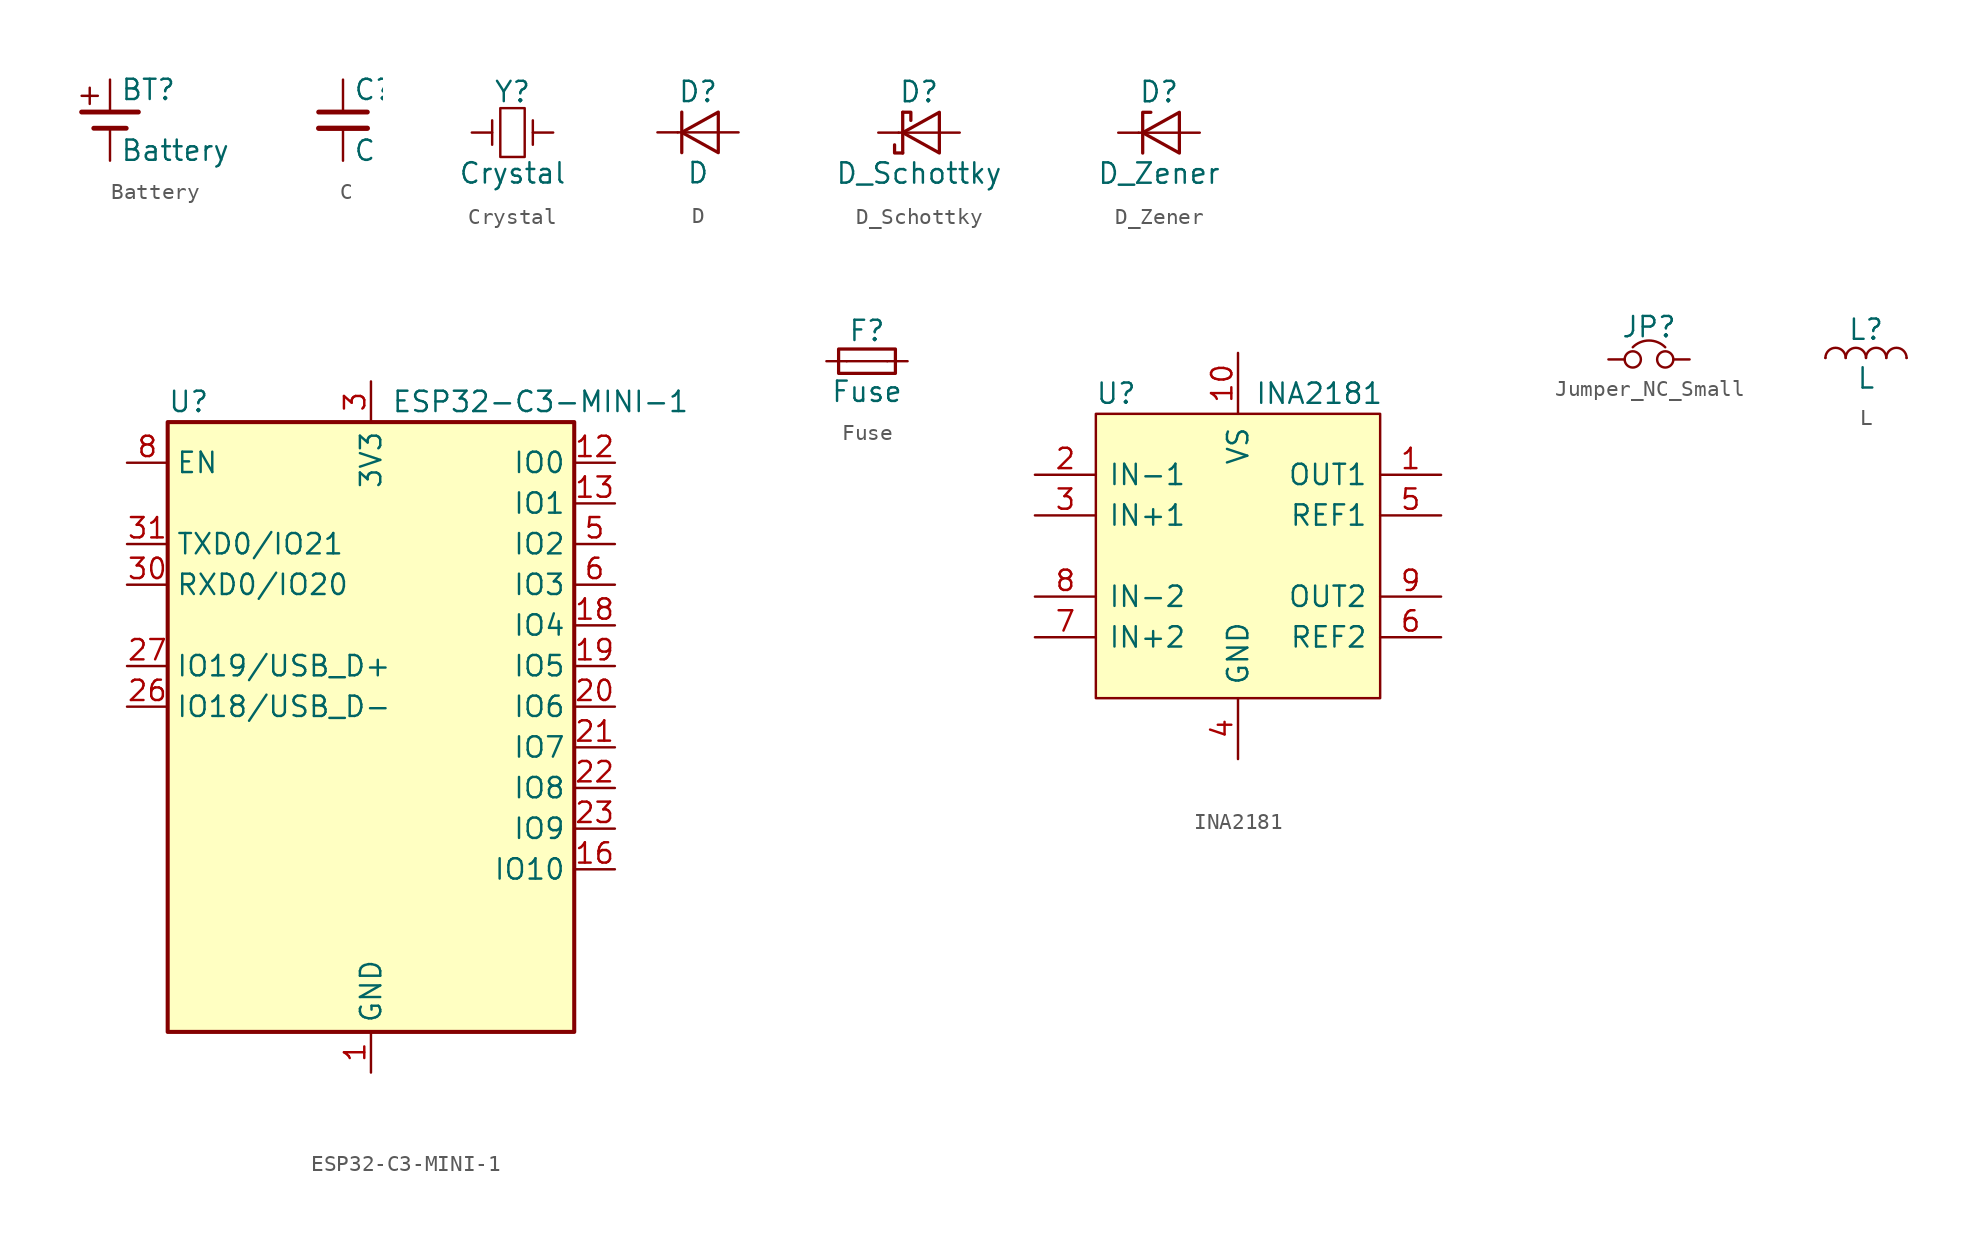
<source format=kicad_sym>
(kicad_symbol_lib
  (version 20220914)
  (generator kicad_symbol_editor)
  (symbol "Battery"
    (pin_numbers hide)
    (pin_names
      (offset 0.254) hide)
    (property "Reference" "BT"
      (at 0.635 1.905 0)
      (effects (font (size 1.27 1.27)) (justify left)))
    (property "Value" "Battery"
      (at 0.635 -1.905 0)
      (effects (font (size 1.27 1.27)) (justify left)))
    (property "Footprint" ""
      (at 0 0 0)
      (effects (font (size 1.27 1.27))))
    (property "Datasheet" ""
      (at 0 0 0)
      (effects (font (size 1.27 1.27))))
    (symbol "Battery_0_0"
      (polyline (pts (xy -1.778 0.508) (xy 1.778 0.508)) (stroke (width 0.305) (type default)) (fill (type none)))
      (polyline (pts (xy -1.016 -0.508) (xy 1.016 -0.508)) (stroke (width 0.305) (type default)) (fill (type none))))
    (symbol "Battery_0_1"
      (polyline (pts (xy -1.778 1.524) (xy -0.762 1.524)) (stroke (width 0) (type default)) (fill (type none)))
      (polyline (pts (xy -1.27 1.016) (xy -1.27 2.032)) (stroke (width 0) (type default)) (fill (type none))))
    (symbol "Battery_1_1"
      (pin passive line (at 0 2.54 270) (length 2.032) (name "~" (effects (font (size 1.016 1.016)))) (number "1" (effects (font (size 1.016 1.016)))))
      (pin passive line (at 0 -2.54 90) (length 2.032) (name "~" (effects (font (size 1.016 1.016)))) (number "2" (effects (font (size 1.016 1.016)))))))
  (symbol "C"
    (pin_numbers hide)
    (pin_names
      (offset 0.254) hide)
    (property "Reference" "C"
      (at 0.635 1.905 0)
      (effects (font (size 1.27 1.27)) (justify left)))
    (property "Value" "C"
      (at 0.635 -1.905 0)
      (effects (font (size 1.27 1.27)) (justify left)))
    (symbol "C_0_1"
      (polyline (pts (xy -1.524 -0.508) (xy 1.524 -0.508)) (stroke (width 0.33) (type default)) (fill (type none)))
      (polyline (pts (xy -1.524 0.508) (xy 0 0.508) (xy 1.524 0.508)) (stroke (width 0.305) (type default)) (fill (type none))))
    (symbol "C_1_1"
      (pin passive line (at 0 2.54 270) (length 1.905) (name "~" (effects (font (size 1.016 1.016)))) (number "1" (effects (font (size 1.016 1.016)))))
      (pin passive line (at 0 -2.54 90) (length 2.032) (name "~" (effects (font (size 1.016 1.016)))) (number "2" (effects (font (size 1.016 1.016)))))))
  (symbol "Crystal"
    (pin_numbers hide)
    (pin_names
      (offset 1.016) hide)
    (property "Reference" "Y"
      (at 0 2.54 0)
      (effects (font (size 1.27 1.27))))
    (property "Value" "Crystal"
      (at 0 -2.54 0)
      (effects (font (size 1.27 1.27))))
    (property "Footprint" ""
      (at 0 0 0)
      (effects (font (size 1.27 1.27))))
    (property "Datasheet" ""
      (at 0 0 0)
      (effects (font (size 1.27 1.27))))
    (symbol "Crystal_0_1"
      (rectangle (start -0.762 -1.524) (end 0.762 1.524) (stroke (width 0) (type default)) (fill (type none)))
      (polyline (pts (xy -1.27 -0.762) (xy -1.27 0.762)) (stroke (width 0) (type default)) (fill (type none)))
      (polyline (pts (xy 1.27 -0.762) (xy 1.27 0.762)) (stroke (width 0) (type default)) (fill (type none))))
    (symbol "Crystal_1_1"
      (pin passive line (at -2.54 0 0) (length 1.27) (name "1" (effects (font (size 1.016 1.016)))) (number "1" (effects (font (size 1.016 1.016)))))
      (pin passive line (at 2.54 0 180) (length 1.27) (name "2" (effects (font (size 1.016 1.016)))) (number "2" (effects (font (size 1.016 1.016)))))))
  (symbol "D"
    (pin_numbers hide)
    (pin_names
      (offset 0.254) hide)
    (property "Reference" "D"
      (at 0 2.54 0)
      (effects (font (size 1.27 1.27))))
    (property "Value" "D"
      (at 0 -2.54 0)
      (effects (font (size 1.27 1.27))))
    (symbol "D_0_1"
      (polyline (pts (xy -1.27 0) (xy 1.27 0)) (stroke (width 0) (type default)) (fill (type none)))
      (polyline (pts (xy -1.016 -1.27) (xy -1.016 1.27)) (stroke (width 0.203) (type default)) (fill (type none)))
      (polyline (pts (xy 1.27 -1.27) (xy -1.016 0) (xy 1.27 1.27) (xy 1.27 -1.27)) (stroke (width 0.203) (type default)) (fill (type none))))
    (symbol "D_1_1"
      (pin passive line (at -2.54 0 0) (length 1.27) (name "K" (effects (font (size 1.27 1.27)))) (number "1" (effects (font (size 1.27 1.27)))))
      (pin passive line (at 2.54 0 180) (length 1.27) (name "A" (effects (font (size 1.27 1.27)))) (number "2" (effects (font (size 1.27 1.27)))))))
  (symbol "D_Schottky"
    (pin_numbers hide)
    (pin_names
      (offset 0.254) hide)
    (property "Reference" "D"
      (at 0 2.54 0)
      (effects (font (size 1.27 1.27))))
    (property "Value" "D_Schottky"
      (at 0 -2.54 0)
      (effects (font (size 1.27 1.27))))
    (symbol "D_Schottky_0_1"
      (polyline (pts (xy -1.016 -1.27) (xy -1.016 1.27)) (stroke (width 0.203) (type default)) (fill (type none)))
      (polyline (pts (xy 1.27 0) (xy -1.27 0)) (stroke (width 0) (type default)) (fill (type none)))
      (polyline (pts (xy -1.016 -1.27) (xy -1.524 -1.27) (xy -1.524 -0.762)) (stroke (width 0.203) (type default)) (fill (type none)))
      (polyline (pts (xy -1.016 1.27) (xy -0.508 1.27) (xy -0.508 0.762)) (stroke (width 0.203) (type default)) (fill (type none)))
      (polyline (pts (xy 1.27 -1.27) (xy -1.016 0) (xy 1.27 1.27) (xy 1.27 -1.27)) (stroke (width 0.203) (type default)) (fill (type none))))
    (symbol "D_Schottky_1_1"
      (pin passive line (at -2.54 0 0) (length 1.27) (name "K" (effects (font (size 1.27 1.27)))) (number "1" (effects (font (size 1.27 1.27)))))
      (pin passive line (at 2.54 0 180) (length 1.27) (name "A" (effects (font (size 1.27 1.27)))) (number "2" (effects (font (size 1.27 1.27)))))))
  (symbol "D_Zener"
    (pin_numbers hide)
    (pin_names
      (offset 1.016) hide)
    (property "Reference" "D"
      (at 0 2.54 0)
      (effects (font (size 1.27 1.27))))
    (property "Value" "D_Zener"
      (at 0 -2.54 0)
      (effects (font (size 1.27 1.27))))
    (symbol "D_Zener_0_1"
      (polyline (pts (xy 1.27 0) (xy -1.27 0)) (stroke (width 0) (type default)) (fill (type none)))
      (polyline (pts (xy -1.016 0) (xy 1.27 1.27) (xy 1.27 -1.27) (xy -1.016 0)) (stroke (width 0.203) (type default)) (fill (type none)))
      (polyline (pts (xy -0.508 1.27) (xy -1.016 1.27) (xy -1.016 0) (xy -1.016 -1.27)) (stroke (width 0.203) (type default)) (fill (type none))))
    (symbol "D_Zener_1_1"
      (pin passive line (at -2.54 0 0) (length 1.27) (name "K" (effects (font (size 1.27 1.27)))) (number "1" (effects (font (size 1.27 1.27)))))
      (pin passive line (at 2.54 0 180) (length 1.27) (name "A" (effects (font (size 1.27 1.27)))) (number "2" (effects (font (size 1.27 1.27)))))))
  (symbol "ESP32-C3-MINI-1"
    (property "Reference" "U"
      (at -12.7 21.59 0)
      (effects (font (size 1.27 1.27)) (justify left)))
    (property "Value" "ESP32-C3-MINI-1"
      (at 1.27 21.59 0)
      (effects (font (size 1.27 1.27)) (justify left)))
    (symbol "ESP32-C3-MINI-1_0_0"
      (pin bidirectional line (at 15.24 -7.62 180) (length 2.54) (name "IO10" (effects (font (size 1.27 1.27)))) (number "16" (effects (font (size 1.27 1.27)))))
      (pin power_in line (at -3.81 -20.32 90) (length 2.54) hide (name "GND" (effects (font (size 1.27 1.27)))) (number "2" (effects (font (size 1.27 1.27)))))
      (pin bidirectional line (at -15.24 10.16 0) (length 2.54) (name "RXD0/IO20" (effects (font (size 1.27 1.27)))) (number "30" (effects (font (size 1.27 1.27))))))
    (symbol "ESP32-C3-MINI-1_0_1"
      (rectangle (start -12.7 20.32) (end 12.7 -17.78) (stroke (width 0.254) (type default)) (fill (type background))))
    (symbol "ESP32-C3-MINI-1_1_0"
      (pin power_in line (at 2.54 -20.32 90) (length 2.54) hide (name "GND" (effects (font (size 1.27 1.27)))) (number "14" (effects (font (size 1.27 1.27))))))
    (symbol "ESP32-C3-MINI-1_1_1"
      (pin power_in line (at 0 -20.32 90) (length 2.54) (name "GND" (effects (font (size 1.27 1.27)))) (number "1" (effects (font (size 1.27 1.27)))))
      (pin no_connect line (at -15.24 -7.62 0) (length 2.54) hide (name "NC" (effects (font (size 1.27 1.27)))) (number "10" (effects (font (size 1.27 1.27)))))
      (pin power_in line (at 5.08 -20.32 90) (length 2.54) hide (name "GND" (effects (font (size 1.27 1.27)))) (number "11" (effects (font (size 1.27 1.27)))))
      (pin bidirectional line (at 15.24 17.78 180) (length 2.54) (name "IO0" (effects (font (size 1.27 1.27)))) (number "12" (effects (font (size 1.27 1.27)))))
      (pin bidirectional line (at 15.24 15.24 180) (length 2.54) (name "IO1" (effects (font (size 1.27 1.27)))) (number "13" (effects (font (size 1.27 1.27)))))
      (pin no_connect line (at -15.24 -7.62 0) (length 2.54) hide (name "NC" (effects (font (size 1.27 1.27)))) (number "15" (effects (font (size 1.27 1.27)))))
      (pin no_connect line (at -15.24 -7.62 0) (length 2.54) hide (name "NC" (effects (font (size 1.27 1.27)))) (number "17" (effects (font (size 1.27 1.27)))))
      (pin bidirectional line (at 15.24 7.62 180) (length 2.54) (name "IO4" (effects (font (size 1.27 1.27)))) (number "18" (effects (font (size 1.27 1.27)))))
      (pin bidirectional line (at 15.24 5.08 180) (length 2.54) (name "IO5" (effects (font (size 1.27 1.27)))) (number "19" (effects (font (size 1.27 1.27)))))
      (pin bidirectional line (at 15.24 2.54 180) (length 2.54) (name "IO6" (effects (font (size 1.27 1.27)))) (number "20" (effects (font (size 1.27 1.27)))))
      (pin bidirectional line (at 15.24 0 180) (length 2.54) (name "IO7" (effects (font (size 1.27 1.27)))) (number "21" (effects (font (size 1.27 1.27)))))
      (pin bidirectional line (at 15.24 -2.54 180) (length 2.54) (name "IO8" (effects (font (size 1.27 1.27)))) (number "22" (effects (font (size 1.27 1.27)))))
      (pin bidirectional line (at 15.24 -5.08 180) (length 2.54) (name "IO9" (effects (font (size 1.27 1.27)))) (number "23" (effects (font (size 1.27 1.27)))))
      (pin bidirectional line (at -15.24 2.54 0) (length 2.54) (name "IO18/USB_D-" (effects (font (size 1.27 1.27)))) (number "26" (effects (font (size 1.27 1.27)))))
      (pin bidirectional line (at -15.24 5.08 0) (length 2.54) (name "IO19/USB_D+" (effects (font (size 1.27 1.27)))) (number "27" (effects (font (size 1.27 1.27)))))
      (pin power_in line (at 0 22.86 270) (length 2.54) (name "3V3" (effects (font (size 1.27 1.27)))) (number "3" (effects (font (size 1.27 1.27)))))
      (pin bidirectional line (at -15.24 12.7 0) (length 2.54) (name "TXD0/IO21" (effects (font (size 1.27 1.27)))) (number "31" (effects (font (size 1.27 1.27)))))
      (pin no_connect line (at -15.24 -7.62 0) (length 2.54) hide (name "NC" (effects (font (size 1.27 1.27)))) (number "32" (effects (font (size 1.27 1.27)))))
      (pin no_connect line (at -15.24 -7.62 0) (length 2.54) hide (name "NC" (effects (font (size 1.27 1.27)))) (number "33" (effects (font (size 1.27 1.27)))))
      (pin no_connect line (at -15.24 -7.62 0) (length 2.54) hide (name "NC" (effects (font (size 1.27 1.27)))) (number "34" (effects (font (size 1.27 1.27)))))
      (pin no_connect line (at -15.24 -7.62 0) (length 2.54) hide (name "NC" (effects (font (size 1.27 1.27)))) (number "35" (effects (font (size 1.27 1.27)))))
      (pin passive line (at 7.62 -20.32 90) (length 2.54) hide (name "GND" (effects (font (size 1.27 1.27)))) (number "36-53" (effects (font (size 1.27 1.27)))))
      (pin no_connect line (at -15.24 -7.62 0) (length 2.54) hide (name "NC" (effects (font (size 1.27 1.27)))) (number "4" (effects (font (size 1.27 1.27)))))
      (pin bidirectional line (at 15.24 12.7 180) (length 2.54) (name "IO2" (effects (font (size 1.27 1.27)))) (number "5" (effects (font (size 1.27 1.27)))))
      (pin bidirectional line (at 15.24 10.16 180) (length 2.54) (name "IO3" (effects (font (size 1.27 1.27)))) (number "6" (effects (font (size 1.27 1.27)))))
      (pin no_connect line (at -15.24 -7.62 0) (length 2.54) hide (name "NC" (effects (font (size 1.27 1.27)))) (number "7" (effects (font (size 1.27 1.27)))))
      (pin input line (at -15.24 17.78 0) (length 2.54) (name "EN" (effects (font (size 1.27 1.27)))) (number "8" (effects (font (size 1.27 1.27)))))
      (pin no_connect line (at -15.24 -7.62 0) (length 2.54) hide (name "NC" (effects (font (size 1.27 1.27)))) (number "9" (effects (font (size 1.27 1.27)))))))
  (symbol "Fuse"
    (pin_numbers hide)
    (pin_names
      (offset 0.254) hide)
    (property "Reference" "F"
      (at 0 1.905 0)
      (effects (font (size 1.27 1.27))))
    (property "Value" "Fuse"
      (at 0 -1.905 0)
      (effects (font (size 1.27 1.27))))
    (property "Footprint" ""
      (at 0 0 0)
      (effects (font (size 1.27 1.27))))
    (property "Datasheet" ""
      (at 0 0 0)
      (effects (font (size 1.27 1.27))))
    (symbol "Fuse_0_1"
      (rectangle (start -1.778 0.762) (end 1.778 -0.762) (stroke (width 0.203) (type default)) (fill (type none)))
      (polyline (pts (xy -1.27 0) (xy 1.27 0)) (stroke (width 0) (type default)) (fill (type none))))
    (symbol "Fuse_1_1"
      (pin passive line (at -2.54 0 0) (length 1.27) (name "~" (effects (font (size 1.016 1.016)))) (number "1" (effects (font (size 1.016 1.016)))))
      (pin passive line (at 2.54 0 180) (length 1.27) (name "~" (effects (font (size 1.016 1.016)))) (number "2" (effects (font (size 1.016 1.016)))))))
  (symbol "INA2181"
    (pin_names
      (offset 0.762))
    (property "Reference" "U"
      (at -7.62 10.16 0)
      (effects (font (size 1.27 1.27))))
    (property "Value" "INA2181"
      (at 5.08 10.16 0)
      (effects (font (size 1.27 1.27))))
    (symbol "INA2181_0_1"
      (rectangle (start -8.89 8.89) (end 8.89 -8.89) (stroke (width 0) (type default)) (fill (type background))))
    (symbol "INA2181_1_1"
      (pin output line (at 12.7 5.08 180) (length 3.81) (name "OUT1" (effects (font (size 1.27 1.27)))) (number "1" (effects (font (size 1.27 1.27)))))
      (pin power_in line (at 0 12.7 270) (length 3.81) (name "VS" (effects (font (size 1.27 1.27)))) (number "10" (effects (font (size 1.27 1.27)))))
      (pin input line (at -12.7 5.08 0) (length 3.81) (name "IN-1" (effects (font (size 1.27 1.27)))) (number "2" (effects (font (size 1.27 1.27)))))
      (pin input line (at -12.7 2.54 0) (length 3.81) (name "IN+1" (effects (font (size 1.27 1.27)))) (number "3" (effects (font (size 1.27 1.27)))))
      (pin power_in line (at 0 -12.7 90) (length 3.81) (name "GND" (effects (font (size 1.27 1.27)))) (number "4" (effects (font (size 1.27 1.27)))))
      (pin input line (at 12.7 2.54 180) (length 3.81) (name "REF1" (effects (font (size 1.27 1.27)))) (number "5" (effects (font (size 1.27 1.27)))))
      (pin input line (at 12.7 -5.08 180) (length 3.81) (name "REF2" (effects (font (size 1.27 1.27)))) (number "6" (effects (font (size 1.27 1.27)))))
      (pin input line (at -12.7 -5.08 0) (length 3.81) (name "IN+2" (effects (font (size 1.27 1.27)))) (number "7" (effects (font (size 1.27 1.27)))))
      (pin input line (at -12.7 -2.54 0) (length 3.81) (name "IN-2" (effects (font (size 1.27 1.27)))) (number "8" (effects (font (size 1.27 1.27)))))
      (pin output line (at 12.7 -2.54 180) (length 3.81) (name "OUT2" (effects (font (size 1.27 1.27)))) (number "9" (effects (font (size 1.27 1.27)))))))
  (symbol "Jumper_NC_Small"
    (pin_numbers hide)
    (pin_names
      (offset 0.762) hide)
    (property "Reference" "JP"
      (at 0 2.032 0)
      (effects (font (size 1.27 1.27))))
    (property "Footprint" ""
      (at 0 0 0)
      (effects (font (size 1.27 1.27))))
    (property "Datasheet" ""
      (at 0 0 0)
      (effects (font (size 1.27 1.27))))
    (symbol "Jumper_NC_Small_0_1"
      (circle (center -1.016 0) (radius 0.508) (stroke (width 0) (type default)) (fill (type none)))
      (circle (center 1.016 0) (radius 0.508) (stroke (width 0) (type default)) (fill (type none)))
      (arc (start 1.016 0.762) (mid 0 1.1828) (end -1.016 0.762) (stroke (width 0) (type default)) (fill (type none)))
      (pin passive line (at -2.54 0 0) (length 1.016) (name "1" (effects (font (size 1.27 1.27)))) (number "1" (effects (font (size 1.27 1.27)))))
      (pin passive line (at 2.54 0 180) (length 1.016) (name "2" (effects (font (size 1.27 1.27)))) (number "2" (effects (font (size 1.27 1.27)))))))
  (symbol "L"
    (pin_numbers hide)
    (pin_names
      (offset 0.254) hide)
    (property "Reference" "L"
      (at 0 1.778 0)
      (effects (font (size 1.27 1.27))))
    (property "Value" "L"
      (at 0 -1.27 0)
      (effects (font (size 1.27 1.27))))
    (symbol "L_0_1"
      (arc (start -1.27 0) (mid -1.905 0.6323) (end -2.54 0) (stroke (width 0) (type default)) (fill (type none)))
      (arc (start 0 0) (mid -0.635 0.6323) (end -1.27 0) (stroke (width 0) (type default)) (fill (type none)))
      (arc (start 1.27 0) (mid 0.635 0.6323) (end 0 0) (stroke (width 0) (type default)) (fill (type none)))
      (arc (start 2.54 0) (mid 1.905 0.6323) (end 1.27 0) (stroke (width 0) (type default)) (fill (type none))))
    (symbol "L_1_1"
      (pin passive line (at -2.54 0 0) (length 0) (name "~" (effects (font (size 1.016 1.016)))) (number "1" (effects (font (size 1.016 1.016)))))
      (pin passive line (at 2.54 0 180) (length 0) (name "~" (effects (font (size 1.016 1.016)))) (number "2" (effects (font (size 1.016 1.016))))))))
</source>
